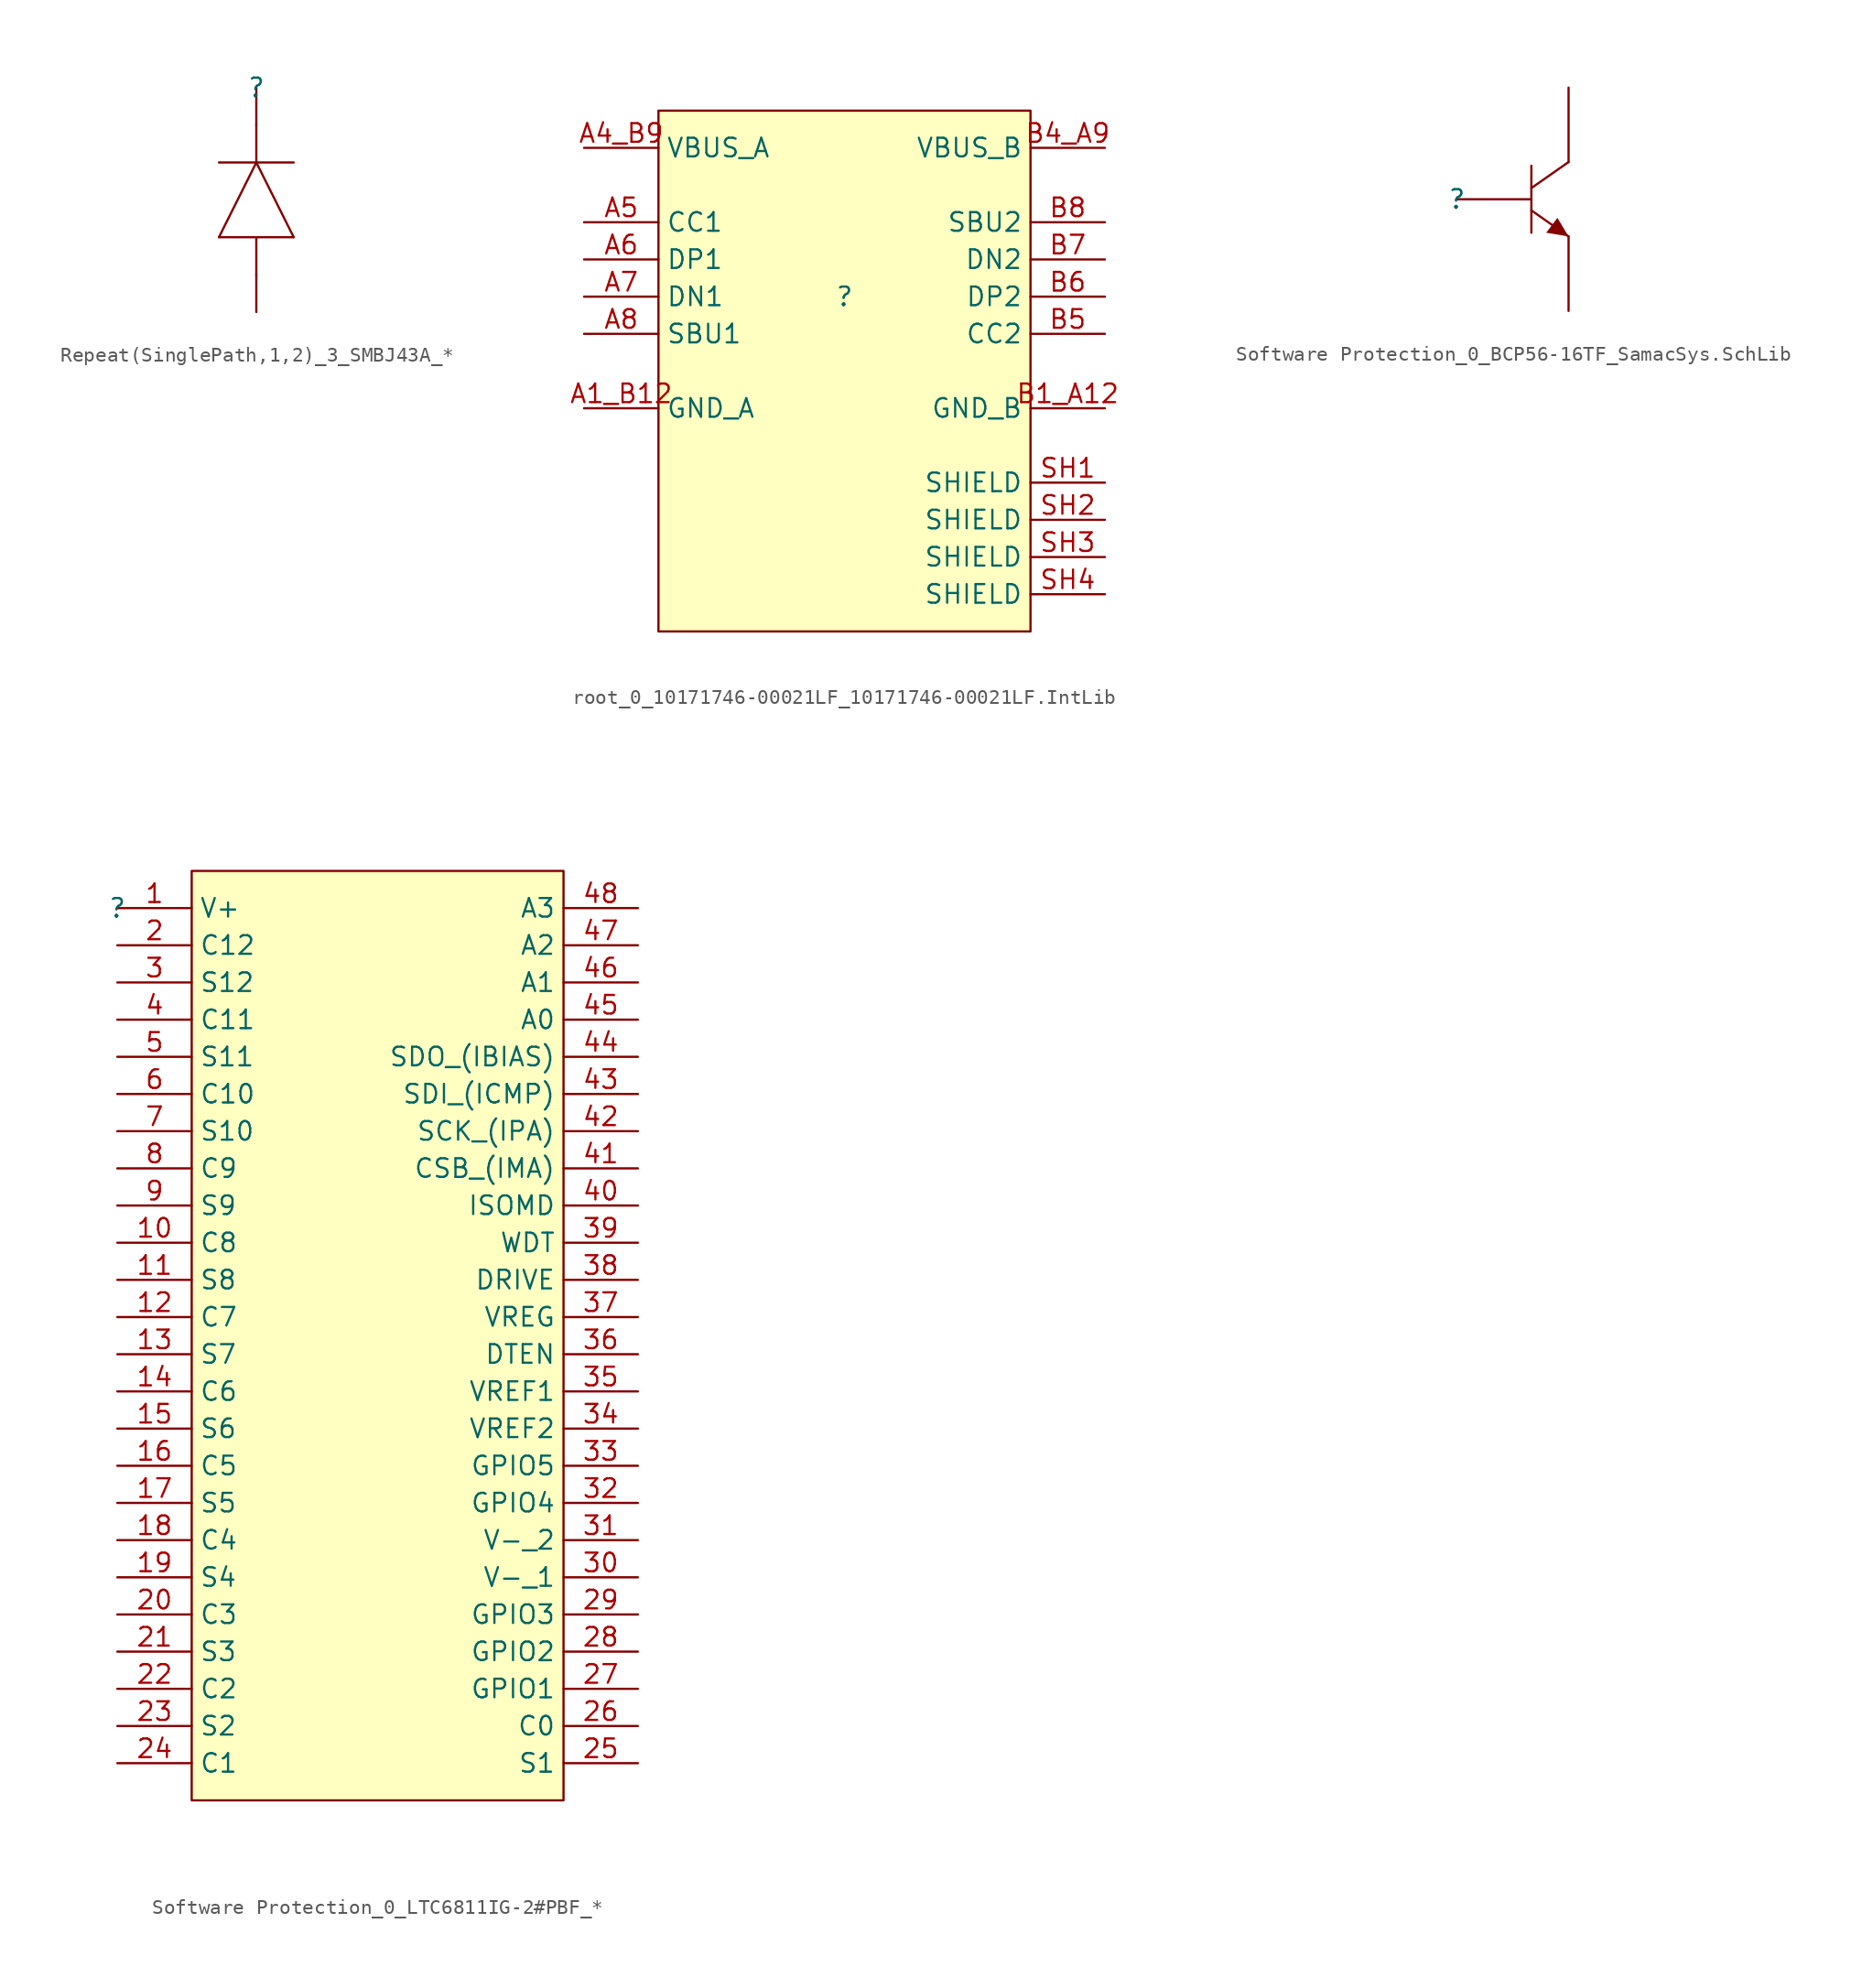
<source format=kicad_sym>
(kicad_symbol_lib
  (version 20241209)
  (generator "kicad_symbol_editor")
  (generator_version "9.0")
  (symbol "Repeat(SinglePath,1,2)_3_SMBJ43A_*"
    (pin_numbers
      (hide yes))
    (pin_names
      (hide yes))
    (property "Reference" ""
      (at 0 0 0)
      (effects (font (size 1.27 1.27))))
    (property "Value" ""
      (at 0 0 0)
      (effects (font (size 1.27 1.27))))
    (symbol "Repeat(SinglePath,1,2)_3_SMBJ43A_*_1_0"
      (polyline (pts (xy -2.54 -10.16) (xy 0 -5.08)) (stroke (width 0) (type solid)) (fill (type none)))
      (polyline (pts (xy 0 -2.54) (xy 0 -5.08)) (stroke (width 0) (type solid)) (fill (type none)))
      (polyline (pts (xy 0 -5.08) (xy 2.54 -10.16)) (stroke (width 0) (type solid)) (fill (type none)))
      (polyline (pts (xy 0 -10.16) (xy 0 -12.7)) (stroke (width 0) (type solid)) (fill (type none)))
      (polyline (pts (xy 2.54 -5.08) (xy -2.54 -5.08)) (stroke (width 0) (type solid)) (fill (type none)))
      (polyline (pts (xy 2.54 -10.16) (xy -2.54 -10.16)) (stroke (width 0) (type solid)) (fill (type none)))
      (pin passive line (at 0 0 270) (length 2.54) (name "K" (effects (font (size 1.27 1.27)))) (number "1" (effects (font (size 1.27 1.27)))))
      (pin passive line (at 0 -15.24 90) (length 2.54) (name "A" (effects (font (size 1.27 1.27)))) (number "2" (effects (font (size 1.27 1.27)))))))
  (symbol "root_0_10171746-00021LF_10171746-00021LF.IntLib"
    (property "Reference" ""
      (at 0 0 0)
      (effects (font (size 1.27 1.27))))
    (property "Value" ""
      (at 0 0 0)
      (effects (font (size 1.27 1.27))))
    (symbol "root_0_10171746-00021LF_10171746-00021LF.IntLib_1_0"
      (rectangle (start 12.7 12.7) (end -12.7 -22.86) (stroke (width 0) (type solid) (color 128 0 0 1)) (fill (type background)))
      (pin power_in line (at -17.78 10.16 0) (length 5.08) (name "VBUS_A" (effects (font (size 1.27 1.27)))) (number "A4_B9" (effects (font (size 1.27 1.27)))))
      (pin bidirectional line (at -17.78 5.08 0) (length 5.08) (name "CC1" (effects (font (size 1.27 1.27)))) (number "A5" (effects (font (size 1.27 1.27)))))
      (pin bidirectional line (at -17.78 2.54 0) (length 5.08) (name "DP1" (effects (font (size 1.27 1.27)))) (number "A6" (effects (font (size 1.27 1.27)))))
      (pin bidirectional line (at -17.78 0 0) (length 5.08) (name "DN1" (effects (font (size 1.27 1.27)))) (number "A7" (effects (font (size 1.27 1.27)))))
      (pin bidirectional line (at -17.78 -2.54 0) (length 5.08) (name "SBU1" (effects (font (size 1.27 1.27)))) (number "A8" (effects (font (size 1.27 1.27)))))
      (pin power_in line (at -17.78 -7.62 0) (length 5.08) (name "GND_A" (effects (font (size 1.27 1.27)))) (number "A1_B12" (effects (font (size 1.27 1.27)))))
      (pin power_in line (at 17.78 10.16 180) (length 5.08) (name "VBUS_B" (effects (font (size 1.27 1.27)))) (number "B4_A9" (effects (font (size 1.27 1.27)))))
      (pin bidirectional line (at 17.78 5.08 180) (length 5.08) (name "SBU2" (effects (font (size 1.27 1.27)))) (number "B8" (effects (font (size 1.27 1.27)))))
      (pin bidirectional line (at 17.78 2.54 180) (length 5.08) (name "DN2" (effects (font (size 1.27 1.27)))) (number "B7" (effects (font (size 1.27 1.27)))))
      (pin bidirectional line (at 17.78 0 180) (length 5.08) (name "DP2" (effects (font (size 1.27 1.27)))) (number "B6" (effects (font (size 1.27 1.27)))))
      (pin bidirectional line (at 17.78 -2.54 180) (length 5.08) (name "CC2" (effects (font (size 1.27 1.27)))) (number "B5" (effects (font (size 1.27 1.27)))))
      (pin power_in line (at 17.78 -7.62 180) (length 5.08) (name "GND_B" (effects (font (size 1.27 1.27)))) (number "B1_A12" (effects (font (size 1.27 1.27)))))
      (pin passive line (at 17.78 -12.7 180) (length 5.08) (name "SHIELD" (effects (font (size 1.27 1.27)))) (number "SH1" (effects (font (size 1.27 1.27)))))
      (pin passive line (at 17.78 -15.24 180) (length 5.08) (name "SHIELD" (effects (font (size 1.27 1.27)))) (number "SH2" (effects (font (size 1.27 1.27)))))
      (pin passive line (at 17.78 -17.78 180) (length 5.08) (name "SHIELD" (effects (font (size 1.27 1.27)))) (number "SH3" (effects (font (size 1.27 1.27)))))
      (pin passive line (at 17.78 -20.32 180) (length 5.08) (name "SHIELD" (effects (font (size 1.27 1.27)))) (number "SH4" (effects (font (size 1.27 1.27)))))))
  (symbol "Software Protection_0_BCP56-16TF_SamacSys.SchLib"
    (pin_numbers
      (hide yes))
    (pin_names
      (hide yes))
    (property "Reference" ""
      (at 0 0 0)
      (effects (font (size 1.27 1.27))))
    (property "Value" ""
      (at 0 0 0)
      (effects (font (size 1.27 1.27))))
    (symbol "Software Protection_0_BCP56-16TF_SamacSys.SchLib_1_0"
      (polyline (pts (xy 5.08 2.286) (xy 5.08 -2.286)) (stroke (width 0) (type solid)) (fill (type none)))
      (polyline (pts (xy 5.08 -0.762) (xy 7.62 -2.54)) (stroke (width 0) (type solid)) (fill (type none)))
      (polyline (pts (xy 7.62 2.54) (xy 5.08 0.762)) (stroke (width 0) (type solid)) (fill (type none)))
      (polyline (pts (xy 7.62 -2.54) (xy 6.858 -1.27) (xy 6.096 -2.286) (xy 7.62 -2.54)) (stroke (width -0.0001) (type solid)) (fill (type outline)))
      (pin passive line (at 0 0 0) (length 5.08) (name "B" (effects (font (size 1.27 1.27)))) (number "1" (effects (font (size 1.27 1.27)))))
      (pin power_in line (at 7.62 7.62 270) (length 5.08) (name "C" (effects (font (size 1.27 1.27)))) (number "2" (effects (font (size 1.27 1.27)))))
      (pin passive line (at 7.62 -7.62 90) (length 5.08) (name "E" (effects (font (size 1.27 1.27)))) (number "3" (effects (font (size 1.27 1.27)))))))
  (symbol "Software Protection_0_LTC6811IG-2#PBF_*"
    (property "Reference" ""
      (at 0 0 0)
      (effects (font (size 1.27 1.27))))
    (property "Value" ""
      (at 0 0 0)
      (effects (font (size 1.27 1.27))))
    (symbol "Software Protection_0_LTC6811IG-2#PBF_*_1_0"
      (rectangle (start 30.48 2.54) (end 5.08 -60.96) (stroke (width 0) (type solid) (color 128 0 0 1)) (fill (type background)))
      (pin passive line (at 0 0 0) (length 5.08) (name "V+" (effects (font (size 1.27 1.27)))) (number "1" (effects (font (size 1.27 1.27)))))
      (pin passive line (at 0 -2.54 0) (length 5.08) (name "C12" (effects (font (size 1.27 1.27)))) (number "2" (effects (font (size 1.27 1.27)))))
      (pin passive line (at 0 -5.08 0) (length 5.08) (name "S12" (effects (font (size 1.27 1.27)))) (number "3" (effects (font (size 1.27 1.27)))))
      (pin passive line (at 0 -7.62 0) (length 5.08) (name "C11" (effects (font (size 1.27 1.27)))) (number "4" (effects (font (size 1.27 1.27)))))
      (pin passive line (at 0 -10.16 0) (length 5.08) (name "S11" (effects (font (size 1.27 1.27)))) (number "5" (effects (font (size 1.27 1.27)))))
      (pin passive line (at 0 -12.7 0) (length 5.08) (name "C10" (effects (font (size 1.27 1.27)))) (number "6" (effects (font (size 1.27 1.27)))))
      (pin passive line (at 0 -15.24 0) (length 5.08) (name "S10" (effects (font (size 1.27 1.27)))) (number "7" (effects (font (size 1.27 1.27)))))
      (pin passive line (at 0 -17.78 0) (length 5.08) (name "C9" (effects (font (size 1.27 1.27)))) (number "8" (effects (font (size 1.27 1.27)))))
      (pin passive line (at 0 -20.32 0) (length 5.08) (name "S9" (effects (font (size 1.27 1.27)))) (number "9" (effects (font (size 1.27 1.27)))))
      (pin passive line (at 0 -22.86 0) (length 5.08) (name "C8" (effects (font (size 1.27 1.27)))) (number "10" (effects (font (size 1.27 1.27)))))
      (pin passive line (at 0 -25.4 0) (length 5.08) (name "S8" (effects (font (size 1.27 1.27)))) (number "11" (effects (font (size 1.27 1.27)))))
      (pin passive line (at 0 -27.94 0) (length 5.08) (name "C7" (effects (font (size 1.27 1.27)))) (number "12" (effects (font (size 1.27 1.27)))))
      (pin passive line (at 0 -30.48 0) (length 5.08) (name "S7" (effects (font (size 1.27 1.27)))) (number "13" (effects (font (size 1.27 1.27)))))
      (pin passive line (at 0 -33.02 0) (length 5.08) (name "C6" (effects (font (size 1.27 1.27)))) (number "14" (effects (font (size 1.27 1.27)))))
      (pin passive line (at 0 -35.56 0) (length 5.08) (name "S6" (effects (font (size 1.27 1.27)))) (number "15" (effects (font (size 1.27 1.27)))))
      (pin passive line (at 0 -38.1 0) (length 5.08) (name "C5" (effects (font (size 1.27 1.27)))) (number "16" (effects (font (size 1.27 1.27)))))
      (pin passive line (at 0 -40.64 0) (length 5.08) (name "S5" (effects (font (size 1.27 1.27)))) (number "17" (effects (font (size 1.27 1.27)))))
      (pin passive line (at 0 -43.18 0) (length 5.08) (name "C4" (effects (font (size 1.27 1.27)))) (number "18" (effects (font (size 1.27 1.27)))))
      (pin passive line (at 0 -45.72 0) (length 5.08) (name "S4" (effects (font (size 1.27 1.27)))) (number "19" (effects (font (size 1.27 1.27)))))
      (pin passive line (at 0 -48.26 0) (length 5.08) (name "C3" (effects (font (size 1.27 1.27)))) (number "20" (effects (font (size 1.27 1.27)))))
      (pin passive line (at 0 -50.8 0) (length 5.08) (name "S3" (effects (font (size 1.27 1.27)))) (number "21" (effects (font (size 1.27 1.27)))))
      (pin passive line (at 0 -53.34 0) (length 5.08) (name "C2" (effects (font (size 1.27 1.27)))) (number "22" (effects (font (size 1.27 1.27)))))
      (pin passive line (at 0 -55.88 0) (length 5.08) (name "S2" (effects (font (size 1.27 1.27)))) (number "23" (effects (font (size 1.27 1.27)))))
      (pin passive line (at 0 -58.42 0) (length 5.08) (name "C1" (effects (font (size 1.27 1.27)))) (number "24" (effects (font (size 1.27 1.27)))))
      (pin passive line (at 35.56 0 180) (length 5.08) (name "A3" (effects (font (size 1.27 1.27)))) (number "48" (effects (font (size 1.27 1.27)))))
      (pin passive line (at 35.56 -2.54 180) (length 5.08) (name "A2" (effects (font (size 1.27 1.27)))) (number "47" (effects (font (size 1.27 1.27)))))
      (pin passive line (at 35.56 -5.08 180) (length 5.08) (name "A1" (effects (font (size 1.27 1.27)))) (number "46" (effects (font (size 1.27 1.27)))))
      (pin passive line (at 35.56 -7.62 180) (length 5.08) (name "A0" (effects (font (size 1.27 1.27)))) (number "45" (effects (font (size 1.27 1.27)))))
      (pin passive line (at 35.56 -10.16 180) (length 5.08) (name "SDO_(IBIAS)" (effects (font (size 1.27 1.27)))) (number "44" (effects (font (size 1.27 1.27)))))
      (pin passive line (at 35.56 -12.7 180) (length 5.08) (name "SDI_(ICMP)" (effects (font (size 1.27 1.27)))) (number "43" (effects (font (size 1.27 1.27)))))
      (pin passive line (at 35.56 -15.24 180) (length 5.08) (name "SCK_(IPA)" (effects (font (size 1.27 1.27)))) (number "42" (effects (font (size 1.27 1.27)))))
      (pin passive line (at 35.56 -17.78 180) (length 5.08) (name "CSB_(IMA)" (effects (font (size 1.27 1.27)))) (number "41" (effects (font (size 1.27 1.27)))))
      (pin passive line (at 35.56 -20.32 180) (length 5.08) (name "ISOMD" (effects (font (size 1.27 1.27)))) (number "40" (effects (font (size 1.27 1.27)))))
      (pin passive line (at 35.56 -22.86 180) (length 5.08) (name "WDT" (effects (font (size 1.27 1.27)))) (number "39" (effects (font (size 1.27 1.27)))))
      (pin passive line (at 35.56 -25.4 180) (length 5.08) (name "DRIVE" (effects (font (size 1.27 1.27)))) (number "38" (effects (font (size 1.27 1.27)))))
      (pin passive line (at 35.56 -27.94 180) (length 5.08) (name "VREG" (effects (font (size 1.27 1.27)))) (number "37" (effects (font (size 1.27 1.27)))))
      (pin passive line (at 35.56 -30.48 180) (length 5.08) (name "DTEN" (effects (font (size 1.27 1.27)))) (number "36" (effects (font (size 1.27 1.27)))))
      (pin passive line (at 35.56 -33.02 180) (length 5.08) (name "VREF1" (effects (font (size 1.27 1.27)))) (number "35" (effects (font (size 1.27 1.27)))))
      (pin passive line (at 35.56 -35.56 180) (length 5.08) (name "VREF2" (effects (font (size 1.27 1.27)))) (number "34" (effects (font (size 1.27 1.27)))))
      (pin passive line (at 35.56 -38.1 180) (length 5.08) (name "GPIO5" (effects (font (size 1.27 1.27)))) (number "33" (effects (font (size 1.27 1.27)))))
      (pin passive line (at 35.56 -40.64 180) (length 5.08) (name "GPIO4" (effects (font (size 1.27 1.27)))) (number "32" (effects (font (size 1.27 1.27)))))
      (pin passive line (at 35.56 -43.18 180) (length 5.08) (name "V-_2" (effects (font (size 1.27 1.27)))) (number "31" (effects (font (size 1.27 1.27)))))
      (pin passive line (at 35.56 -45.72 180) (length 5.08) (name "V-_1" (effects (font (size 1.27 1.27)))) (number "30" (effects (font (size 1.27 1.27)))))
      (pin passive line (at 35.56 -48.26 180) (length 5.08) (name "GPIO3" (effects (font (size 1.27 1.27)))) (number "29" (effects (font (size 1.27 1.27)))))
      (pin passive line (at 35.56 -50.8 180) (length 5.08) (name "GPIO2" (effects (font (size 1.27 1.27)))) (number "28" (effects (font (size 1.27 1.27)))))
      (pin passive line (at 35.56 -53.34 180) (length 5.08) (name "GPIO1" (effects (font (size 1.27 1.27)))) (number "27" (effects (font (size 1.27 1.27)))))
      (pin passive line (at 35.56 -55.88 180) (length 5.08) (name "C0" (effects (font (size 1.27 1.27)))) (number "26" (effects (font (size 1.27 1.27)))))
      (pin passive line (at 35.56 -58.42 180) (length 5.08) (name "S1" (effects (font (size 1.27 1.27)))) (number "25" (effects (font (size 1.27 1.27))))))))
</source>
